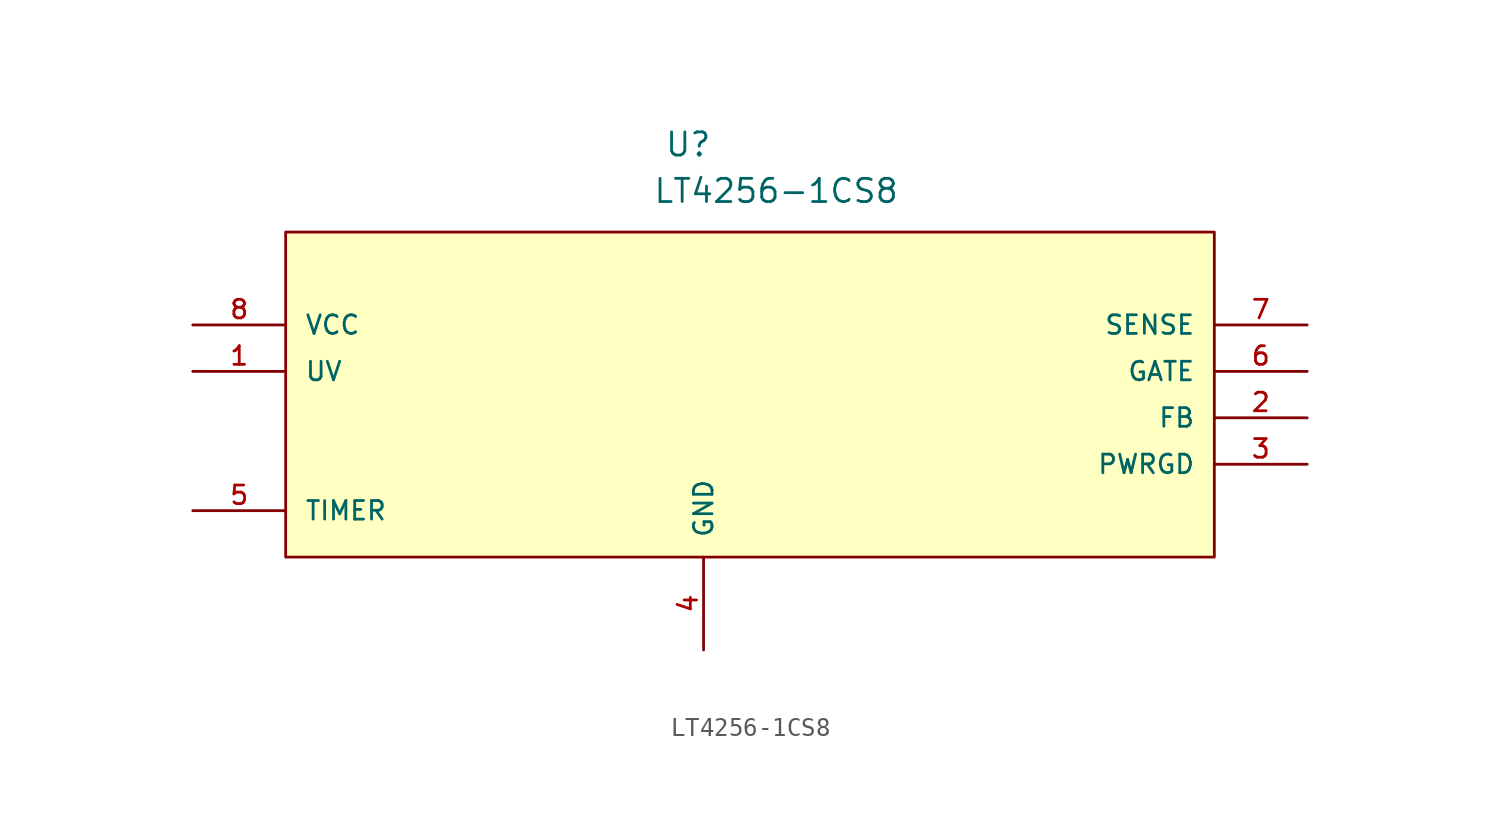
<source format=kicad_sym>
(kicad_symbol_lib
  (version 20211014)
  (generator kicad_symbol_editor)
  (symbol "LT4256-1CS8"
    (pin_names
      (offset 1.016))
    (property "Reference" "U"
      (at 28.327 9.129 0.0)
      (effects (font (size 1.27 1.27)) (justify bottom left)))
    (property "Value" "LT4256-1CS8"
      (at 27.697 6.587 0.0)
      (effects (font (size 1.27 1.27)) (justify bottom left)))
    (symbol "LT4256-1CS8_0_0"
      (rectangle (start 7.62 -12.7) (end 58.42 5.08) (stroke (width 0.152)) (fill (type background)))
      (pin input line (at 2.54 -2.54 0) (length 5.08) (name "UV" (effects (font (size 1.016 1.016)))) (number "1" (effects (font (size 1.016 1.016)))))
      (pin input line (at 63.5 -5.08 180.0) (length 5.08) (name "FB" (effects (font (size 1.016 1.016)))) (number "2" (effects (font (size 1.016 1.016)))))
      (pin output line (at 63.5 -7.62 180.0) (length 5.08) (name "PWRGD" (effects (font (size 1.016 1.016)))) (number "3" (effects (font (size 1.016 1.016)))))
      (pin power_in line (at 30.48 -17.78 90.0) (length 5.08) (name "GND" (effects (font (size 1.016 1.016)))) (number "4" (effects (font (size 1.016 1.016)))))
      (pin input line (at 2.54 -10.16 0) (length 5.08) (name "TIMER" (effects (font (size 1.016 1.016)))) (number "5" (effects (font (size 1.016 1.016)))))
      (pin passive line (at 63.5 -2.54 180.0) (length 5.08) (name "GATE" (effects (font (size 1.016 1.016)))) (number "6" (effects (font (size 1.016 1.016)))))
      (pin input line (at 63.5 0.0 180.0) (length 5.08) (name "SENSE" (effects (font (size 1.016 1.016)))) (number "7" (effects (font (size 1.016 1.016)))))
      (pin power_in line (at 2.54 0.0 0) (length 5.08) (name "VCC" (effects (font (size 1.016 1.016)))) (number "8" (effects (font (size 1.016 1.016))))))))
</source>
